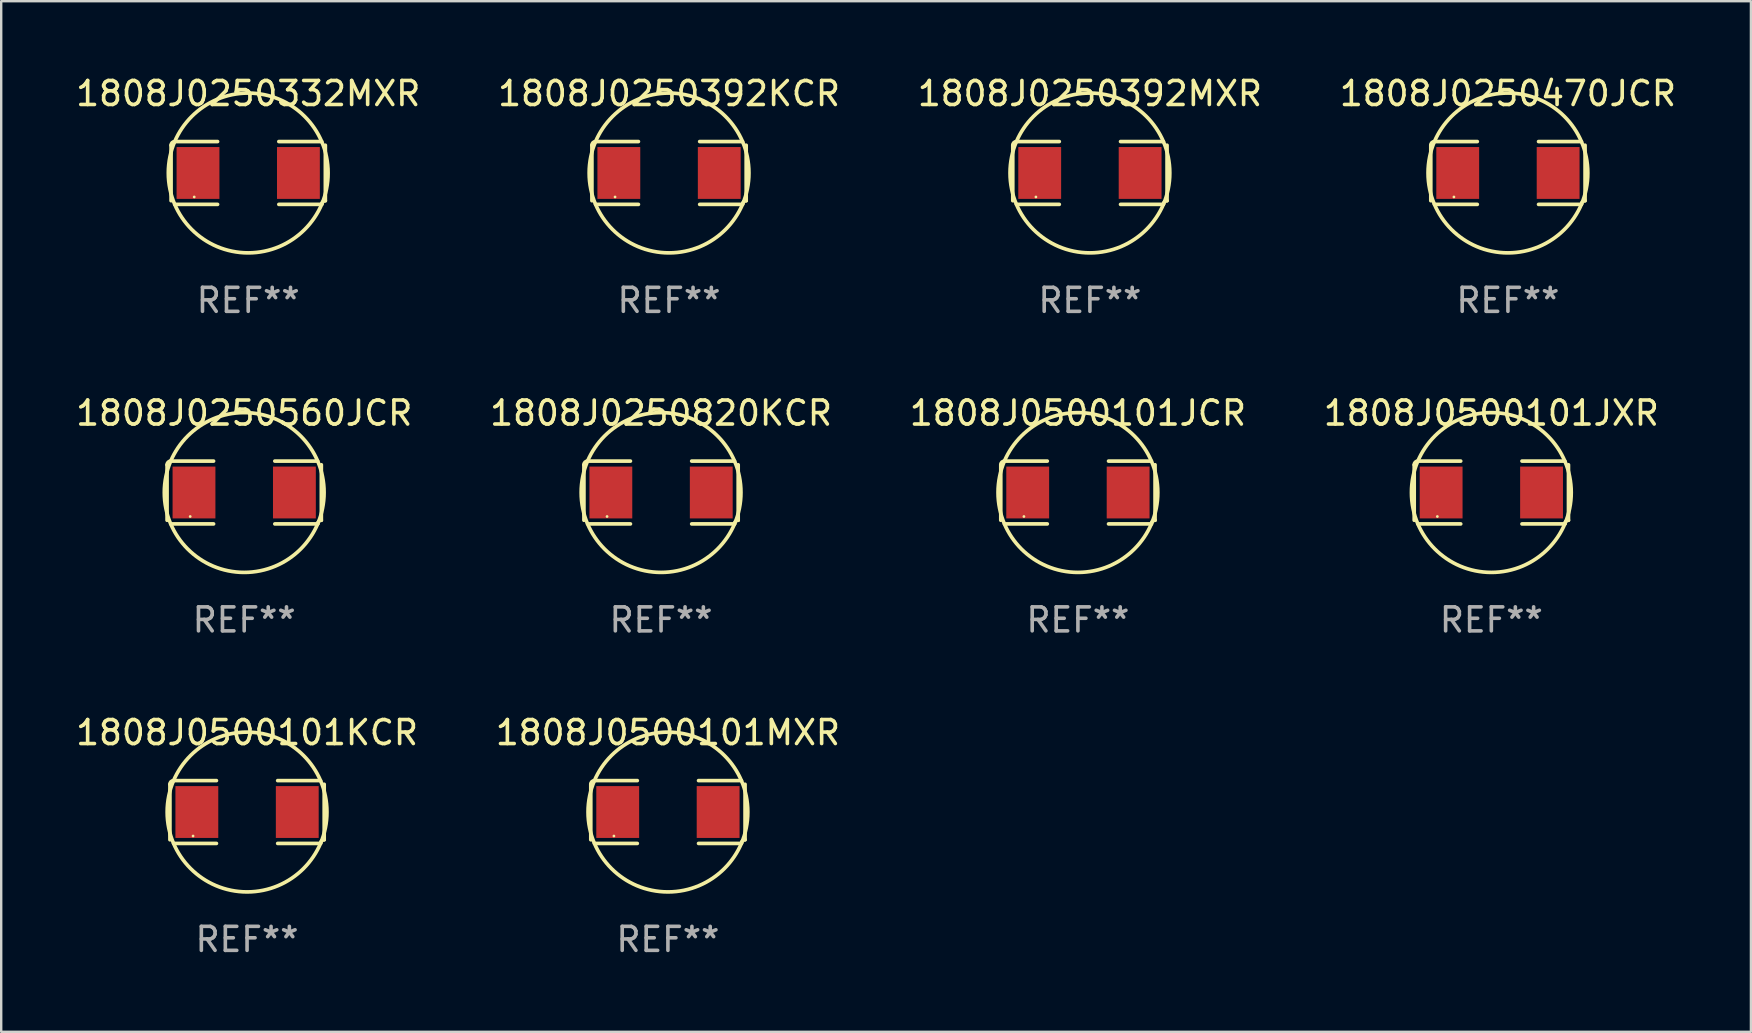
<source format=kicad_pcb>
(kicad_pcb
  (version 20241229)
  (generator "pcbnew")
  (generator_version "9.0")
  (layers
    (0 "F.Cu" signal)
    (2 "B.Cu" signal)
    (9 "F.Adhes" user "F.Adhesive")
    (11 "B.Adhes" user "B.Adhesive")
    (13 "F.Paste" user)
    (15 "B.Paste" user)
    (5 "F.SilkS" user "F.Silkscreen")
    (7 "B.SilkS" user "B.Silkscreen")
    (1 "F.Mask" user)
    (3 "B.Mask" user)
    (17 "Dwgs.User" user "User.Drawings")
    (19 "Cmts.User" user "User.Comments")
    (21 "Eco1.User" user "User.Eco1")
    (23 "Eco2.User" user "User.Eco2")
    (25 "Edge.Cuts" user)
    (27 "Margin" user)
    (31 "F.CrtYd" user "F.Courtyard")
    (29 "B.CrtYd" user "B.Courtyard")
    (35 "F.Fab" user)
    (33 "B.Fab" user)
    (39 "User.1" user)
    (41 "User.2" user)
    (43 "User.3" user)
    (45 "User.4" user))
  (footprint "1808J0250560JCR"
    (layer "F.Cu")
    (at 7.125 17.471)
    (property "Reference" "1808J0250560JCR" (at 0 -3.309 0) (layer "F.SilkS") (effects (font (size 1 1) (thickness 0.15))))
    (attr through_hole)
    (fp_line (start -3.214 -1.156) (end -3.214 1.156) (stroke (width 0.152) (type solid)) (layer "F.SilkS"))
    (fp_line (start -3.061 1.309) (end -1.276 1.309) (stroke (width 0.152) (type solid)) (layer "F.SilkS"))
    (fp_line (start -1.276 -1.309) (end -3.061 -1.309) (stroke (width 0.152) (type solid)) (layer "F.SilkS"))
    (fp_line (start 1.276 -1.309) (end 3.061 -1.309) (stroke (width 0.152) (type solid)) (layer "F.SilkS"))
    (fp_line (start 3.061 1.309) (end 1.276 1.309) (stroke (width 0.152) (type solid)) (layer "F.SilkS"))
    (fp_line (start 3.214 -1.156) (end 3.214 1.156) (stroke (width 0.152) (type solid)) (layer "F.SilkS"))
    (fp_arc (start -3.21359 -1.15621) (mid -3.168953 -1.263974) (end -3.061189 -1.308611) (stroke (width 0.1524) (type solid)) (layer "F.SilkS"))
    (fp_arc (start 3.061188 1.308611) (mid 3.105825 1.200847) (end 3.213589 1.15621) (stroke (width 0.1524) (type solid)) (layer "F.SilkS"))
    (fp_arc (start 3.061189 -1.308611) (mid -3.061167 1.308589) (end 3.061189 -1.308611) (stroke (width 0.1524) (type solid)) (layer "F.SilkS"))
    (fp_circle (center -2.25 1) (end -2.22 1) (stroke (width 0.06) (type solid)) (fill no) (layer "F.SilkS"))
    (fp_text user "REF**" (at 0 5.309 0) (layer "F.Fab") (effects (font (size 1 1) (thickness 0.15))))
    (pad "1" smd rect (at -2.092 0) (size 1.785 2.16) (layers "F.Cu" "F.Mask" "F.Paste"))
    (pad "2" smd rect (at 2.092 0) (size 1.785 2.16) (layers "F.Cu" "F.Mask" "F.Paste")))
  (footprint "1808J0250332MXR"
    (layer "F.Cu")
    (at 7.292 4.157)
    (property "Reference" "1808J0250332MXR" (at 0 -3.309 0) (layer "F.SilkS") (effects (font (size 1 1) (thickness 0.15))))
    (attr through_hole)
    (fp_line (start -3.214 -1.156) (end -3.214 1.156) (stroke (width 0.152) (type solid)) (layer "F.SilkS"))
    (fp_line (start -3.061 1.309) (end -1.276 1.309) (stroke (width 0.152) (type solid)) (layer "F.SilkS"))
    (fp_line (start -1.276 -1.309) (end -3.061 -1.309) (stroke (width 0.152) (type solid)) (layer "F.SilkS"))
    (fp_line (start 1.276 -1.309) (end 3.061 -1.309) (stroke (width 0.152) (type solid)) (layer "F.SilkS"))
    (fp_line (start 3.061 1.309) (end 1.276 1.309) (stroke (width 0.152) (type solid)) (layer "F.SilkS"))
    (fp_line (start 3.214 -1.156) (end 3.214 1.156) (stroke (width 0.152) (type solid)) (layer "F.SilkS"))
    (fp_arc (start -3.21359 -1.15621) (mid -3.168953 -1.263974) (end -3.061189 -1.308611) (stroke (width 0.1524) (type solid)) (layer "F.SilkS"))
    (fp_arc (start 3.061188 1.308611) (mid 3.105825 1.200847) (end 3.213589 1.15621) (stroke (width 0.1524) (type solid)) (layer "F.SilkS"))
    (fp_arc (start 3.061189 -1.308611) (mid -3.061167 1.308589) (end 3.061189 -1.308611) (stroke (width 0.1524) (type solid)) (layer "F.SilkS"))
    (fp_circle (center -2.25 1) (end -2.22 1) (stroke (width 0.06) (type solid)) (fill no) (layer "F.SilkS"))
    (fp_text user "REF**" (at 0 5.309 0) (layer "F.Fab") (effects (font (size 1 1) (thickness 0.15))))
    (pad "1" smd rect (at -2.092 0) (size 1.785 2.16) (layers "F.Cu" "F.Mask" "F.Paste"))
    (pad "2" smd rect (at 2.092 0) (size 1.785 2.16) (layers "F.Cu" "F.Mask" "F.Paste")))
  (footprint "1808J0250470JCR"
    (layer "F.Cu")
    (at 59.78 4.157)
    (property "Reference" "1808J0250470JCR" (at 0 -3.309 0) (layer "F.SilkS") (effects (font (size 1 1) (thickness 0.15))))
    (attr through_hole)
    (fp_line (start -3.214 -1.156) (end -3.214 1.156) (stroke (width 0.152) (type solid)) (layer "F.SilkS"))
    (fp_line (start -3.061 1.309) (end -1.276 1.309) (stroke (width 0.152) (type solid)) (layer "F.SilkS"))
    (fp_line (start -1.276 -1.309) (end -3.061 -1.309) (stroke (width 0.152) (type solid)) (layer "F.SilkS"))
    (fp_line (start 1.276 -1.309) (end 3.061 -1.309) (stroke (width 0.152) (type solid)) (layer "F.SilkS"))
    (fp_line (start 3.061 1.309) (end 1.276 1.309) (stroke (width 0.152) (type solid)) (layer "F.SilkS"))
    (fp_line (start 3.214 -1.156) (end 3.214 1.156) (stroke (width 0.152) (type solid)) (layer "F.SilkS"))
    (fp_arc (start -3.21359 -1.15621) (mid -3.168953 -1.263974) (end -3.061189 -1.308611) (stroke (width 0.1524) (type solid)) (layer "F.SilkS"))
    (fp_arc (start 3.061188 1.308611) (mid 3.105825 1.200847) (end 3.213589 1.15621) (stroke (width 0.1524) (type solid)) (layer "F.SilkS"))
    (fp_arc (start 3.061189 -1.308611) (mid -3.061167 1.308589) (end 3.061189 -1.308611) (stroke (width 0.1524) (type solid)) (layer "F.SilkS"))
    (fp_circle (center -2.25 1) (end -2.22 1) (stroke (width 0.06) (type solid)) (fill no) (layer "F.SilkS"))
    (fp_text user "REF**" (at 0 5.309 0) (layer "F.Fab") (effects (font (size 1 1) (thickness 0.15))))
    (pad "1" smd rect (at -2.092 0) (size 1.785 2.16) (layers "F.Cu" "F.Mask" "F.Paste"))
    (pad "2" smd rect (at 2.092 0) (size 1.785 2.16) (layers "F.Cu" "F.Mask" "F.Paste")))
  (footprint "1808J0250820KCR"
    (layer "F.Cu")
    (at 24.494 17.471)
    (property "Reference" "1808J0250820KCR" (at 0 -3.309 0) (layer "F.SilkS") (effects (font (size 1 1) (thickness 0.15))))
    (attr through_hole)
    (fp_line (start -3.214 -1.156) (end -3.214 1.156) (stroke (width 0.152) (type solid)) (layer "F.SilkS"))
    (fp_line (start -3.061 1.309) (end -1.276 1.309) (stroke (width 0.152) (type solid)) (layer "F.SilkS"))
    (fp_line (start -1.276 -1.309) (end -3.061 -1.309) (stroke (width 0.152) (type solid)) (layer "F.SilkS"))
    (fp_line (start 1.276 -1.309) (end 3.061 -1.309) (stroke (width 0.152) (type solid)) (layer "F.SilkS"))
    (fp_line (start 3.061 1.309) (end 1.276 1.309) (stroke (width 0.152) (type solid)) (layer "F.SilkS"))
    (fp_line (start 3.214 -1.156) (end 3.214 1.156) (stroke (width 0.152) (type solid)) (layer "F.SilkS"))
    (fp_arc (start -3.21359 -1.15621) (mid -3.168953 -1.263974) (end -3.061189 -1.308611) (stroke (width 0.1524) (type solid)) (layer "F.SilkS"))
    (fp_arc (start 3.061188 1.308611) (mid 3.105825 1.200847) (end 3.213589 1.15621) (stroke (width 0.1524) (type solid)) (layer "F.SilkS"))
    (fp_arc (start 3.061189 -1.308611) (mid -3.061167 1.308589) (end 3.061189 -1.308611) (stroke (width 0.1524) (type solid)) (layer "F.SilkS"))
    (fp_circle (center -2.25 1) (end -2.22 1) (stroke (width 0.06) (type solid)) (fill no) (layer "F.SilkS"))
    (fp_text user "REF**" (at 0 5.309 0) (layer "F.Fab") (effects (font (size 1 1) (thickness 0.15))))
    (pad "1" smd rect (at -2.092 0) (size 1.785 2.16) (layers "F.Cu" "F.Mask" "F.Paste"))
    (pad "2" smd rect (at 2.092 0) (size 1.785 2.16) (layers "F.Cu" "F.Mask" "F.Paste")))
  (footprint "1808J0250392KCR"
    (layer "F.Cu")
    (at 24.827 4.157)
    (property "Reference" "1808J0250392KCR" (at 0 -3.309 0) (layer "F.SilkS") (effects (font (size 1 1) (thickness 0.15))))
    (attr through_hole)
    (fp_line (start -3.214 -1.156) (end -3.214 1.156) (stroke (width 0.152) (type solid)) (layer "F.SilkS"))
    (fp_line (start -3.061 1.309) (end -1.276 1.309) (stroke (width 0.152) (type solid)) (layer "F.SilkS"))
    (fp_line (start -1.276 -1.309) (end -3.061 -1.309) (stroke (width 0.152) (type solid)) (layer "F.SilkS"))
    (fp_line (start 1.276 -1.309) (end 3.061 -1.309) (stroke (width 0.152) (type solid)) (layer "F.SilkS"))
    (fp_line (start 3.061 1.309) (end 1.276 1.309) (stroke (width 0.152) (type solid)) (layer "F.SilkS"))
    (fp_line (start 3.214 -1.156) (end 3.214 1.156) (stroke (width 0.152) (type solid)) (layer "F.SilkS"))
    (fp_arc (start -3.21359 -1.15621) (mid -3.168953 -1.263974) (end -3.061189 -1.308611) (stroke (width 0.1524) (type solid)) (layer "F.SilkS"))
    (fp_arc (start 3.061188 1.308611) (mid 3.105825 1.200847) (end 3.213589 1.15621) (stroke (width 0.1524) (type solid)) (layer "F.SilkS"))
    (fp_arc (start 3.061189 -1.308611) (mid -3.061167 1.308589) (end 3.061189 -1.308611) (stroke (width 0.1524) (type solid)) (layer "F.SilkS"))
    (fp_circle (center -2.25 1) (end -2.22 1) (stroke (width 0.06) (type solid)) (fill no) (layer "F.SilkS"))
    (fp_text user "REF**" (at 0 5.309 0) (layer "F.Fab") (effects (font (size 1 1) (thickness 0.15))))
    (pad "1" smd rect (at -2.092 0) (size 1.785 2.16) (layers "F.Cu" "F.Mask" "F.Paste"))
    (pad "2" smd rect (at 2.092 0) (size 1.785 2.16) (layers "F.Cu" "F.Mask" "F.Paste")))
  (footprint "1808J0250392MXR"
    (layer "F.Cu")
    (at 42.363 4.157)
    (property "Reference" "1808J0250392MXR" (at 0 -3.309 0) (layer "F.SilkS") (effects (font (size 1 1) (thickness 0.15))))
    (attr through_hole)
    (fp_line (start -3.214 -1.156) (end -3.214 1.156) (stroke (width 0.152) (type solid)) (layer "F.SilkS"))
    (fp_line (start -3.061 1.309) (end -1.276 1.309) (stroke (width 0.152) (type solid)) (layer "F.SilkS"))
    (fp_line (start -1.276 -1.309) (end -3.061 -1.309) (stroke (width 0.152) (type solid)) (layer "F.SilkS"))
    (fp_line (start 1.276 -1.309) (end 3.061 -1.309) (stroke (width 0.152) (type solid)) (layer "F.SilkS"))
    (fp_line (start 3.061 1.309) (end 1.276 1.309) (stroke (width 0.152) (type solid)) (layer "F.SilkS"))
    (fp_line (start 3.214 -1.156) (end 3.214 1.156) (stroke (width 0.152) (type solid)) (layer "F.SilkS"))
    (fp_arc (start -3.21359 -1.15621) (mid -3.168953 -1.263974) (end -3.061189 -1.308611) (stroke (width 0.1524) (type solid)) (layer "F.SilkS"))
    (fp_arc (start 3.061188 1.308611) (mid 3.105825 1.200847) (end 3.213589 1.15621) (stroke (width 0.1524) (type solid)) (layer "F.SilkS"))
    (fp_arc (start 3.061189 -1.308611) (mid -3.061167 1.308589) (end 3.061189 -1.308611) (stroke (width 0.1524) (type solid)) (layer "F.SilkS"))
    (fp_circle (center -2.25 1) (end -2.22 1) (stroke (width 0.06) (type solid)) (fill no) (layer "F.SilkS"))
    (fp_text user "REF**" (at 0 5.309 0) (layer "F.Fab") (effects (font (size 1 1) (thickness 0.15))))
    (pad "1" smd rect (at -2.092 0) (size 1.785 2.16) (layers "F.Cu" "F.Mask" "F.Paste"))
    (pad "2" smd rect (at 2.092 0) (size 1.785 2.16) (layers "F.Cu" "F.Mask" "F.Paste")))
  (footprint "1808J0500101JCR"
    (layer "F.Cu")
    (at 41.863 17.471)
    (property "Reference" "1808J0500101JCR" (at 0 -3.309 0) (layer "F.SilkS") (effects (font (size 1 1) (thickness 0.15))))
    (attr through_hole)
    (fp_line (start -3.214 -1.156) (end -3.214 1.156) (stroke (width 0.152) (type solid)) (layer "F.SilkS"))
    (fp_line (start -3.061 1.309) (end -1.276 1.309) (stroke (width 0.152) (type solid)) (layer "F.SilkS"))
    (fp_line (start -1.276 -1.309) (end -3.061 -1.309) (stroke (width 0.152) (type solid)) (layer "F.SilkS"))
    (fp_line (start 1.276 -1.309) (end 3.061 -1.309) (stroke (width 0.152) (type solid)) (layer "F.SilkS"))
    (fp_line (start 3.061 1.309) (end 1.276 1.309) (stroke (width 0.152) (type solid)) (layer "F.SilkS"))
    (fp_line (start 3.214 -1.156) (end 3.214 1.156) (stroke (width 0.152) (type solid)) (layer "F.SilkS"))
    (fp_arc (start -3.21359 -1.15621) (mid -3.168953 -1.263974) (end -3.061189 -1.308611) (stroke (width 0.1524) (type solid)) (layer "F.SilkS"))
    (fp_arc (start 3.061188 1.308611) (mid 3.105825 1.200847) (end 3.213589 1.15621) (stroke (width 0.1524) (type solid)) (layer "F.SilkS"))
    (fp_arc (start 3.061189 -1.308611) (mid -3.061167 1.308589) (end 3.061189 -1.308611) (stroke (width 0.1524) (type solid)) (layer "F.SilkS"))
    (fp_circle (center -2.25 1) (end -2.22 1) (stroke (width 0.06) (type solid)) (fill no) (layer "F.SilkS"))
    (fp_text user "REF**" (at 0 5.309 0) (layer "F.Fab") (effects (font (size 1 1) (thickness 0.15))))
    (pad "1" smd rect (at -2.092 0) (size 1.785 2.16) (layers "F.Cu" "F.Mask" "F.Paste"))
    (pad "2" smd rect (at 2.092 0) (size 1.785 2.16) (layers "F.Cu" "F.Mask" "F.Paste")))
  (footprint "1808J0500101MXR"
    (layer "F.Cu")
    (at 24.78 30.784)
    (property "Reference" "1808J0500101MXR" (at 0 -3.309 0) (layer "F.SilkS") (effects (font (size 1 1) (thickness 0.15))))
    (attr through_hole)
    (fp_line (start -3.214 -1.156) (end -3.214 1.156) (stroke (width 0.152) (type solid)) (layer "F.SilkS"))
    (fp_line (start -3.061 1.309) (end -1.276 1.309) (stroke (width 0.152) (type solid)) (layer "F.SilkS"))
    (fp_line (start -1.276 -1.309) (end -3.061 -1.309) (stroke (width 0.152) (type solid)) (layer "F.SilkS"))
    (fp_line (start 1.276 -1.309) (end 3.061 -1.309) (stroke (width 0.152) (type solid)) (layer "F.SilkS"))
    (fp_line (start 3.061 1.309) (end 1.276 1.309) (stroke (width 0.152) (type solid)) (layer "F.SilkS"))
    (fp_line (start 3.214 -1.156) (end 3.214 1.156) (stroke (width 0.152) (type solid)) (layer "F.SilkS"))
    (fp_arc (start -3.21359 -1.15621) (mid -3.168953 -1.263974) (end -3.061189 -1.308611) (stroke (width 0.1524) (type solid)) (layer "F.SilkS"))
    (fp_arc (start 3.061188 1.308611) (mid 3.105825 1.200847) (end 3.213589 1.15621) (stroke (width 0.1524) (type solid)) (layer "F.SilkS"))
    (fp_arc (start 3.061189 -1.308611) (mid -3.061167 1.308589) (end 3.061189 -1.308611) (stroke (width 0.1524) (type solid)) (layer "F.SilkS"))
    (fp_circle (center -2.25 1) (end -2.22 1) (stroke (width 0.06) (type solid)) (fill no) (layer "F.SilkS"))
    (fp_text user "REF**" (at 0 5.309 0) (layer "F.Fab") (effects (font (size 1 1) (thickness 0.15))))
    (pad "1" smd rect (at -2.092 0) (size 1.785 2.16) (layers "F.Cu" "F.Mask" "F.Paste"))
    (pad "2" smd rect (at 2.092 0) (size 1.785 2.16) (layers "F.Cu" "F.Mask" "F.Paste")))
  (footprint "1808J0500101KCR"
    (layer "F.Cu")
    (at 7.244 30.784)
    (property "Reference" "1808J0500101KCR" (at 0 -3.309 0) (layer "F.SilkS") (effects (font (size 1 1) (thickness 0.15))))
    (attr through_hole)
    (fp_line (start -3.214 -1.156) (end -3.214 1.156) (stroke (width 0.152) (type solid)) (layer "F.SilkS"))
    (fp_line (start -3.061 1.309) (end -1.276 1.309) (stroke (width 0.152) (type solid)) (layer "F.SilkS"))
    (fp_line (start -1.276 -1.309) (end -3.061 -1.309) (stroke (width 0.152) (type solid)) (layer "F.SilkS"))
    (fp_line (start 1.276 -1.309) (end 3.061 -1.309) (stroke (width 0.152) (type solid)) (layer "F.SilkS"))
    (fp_line (start 3.061 1.309) (end 1.276 1.309) (stroke (width 0.152) (type solid)) (layer "F.SilkS"))
    (fp_line (start 3.214 -1.156) (end 3.214 1.156) (stroke (width 0.152) (type solid)) (layer "F.SilkS"))
    (fp_arc (start -3.21359 -1.15621) (mid -3.168953 -1.263974) (end -3.061189 -1.308611) (stroke (width 0.1524) (type solid)) (layer "F.SilkS"))
    (fp_arc (start 3.061188 1.308611) (mid 3.105825 1.200847) (end 3.213589 1.15621) (stroke (width 0.1524) (type solid)) (layer "F.SilkS"))
    (fp_arc (start 3.061189 -1.308611) (mid -3.061167 1.308589) (end 3.061189 -1.308611) (stroke (width 0.1524) (type solid)) (layer "F.SilkS"))
    (fp_circle (center -2.25 1) (end -2.22 1) (stroke (width 0.06) (type solid)) (fill no) (layer "F.SilkS"))
    (fp_text user "REF**" (at 0 5.309 0) (layer "F.Fab") (effects (font (size 1 1) (thickness 0.15))))
    (pad "1" smd rect (at -2.092 0) (size 1.785 2.16) (layers "F.Cu" "F.Mask" "F.Paste"))
    (pad "2" smd rect (at 2.092 0) (size 1.785 2.16) (layers "F.Cu" "F.Mask" "F.Paste")))
  (footprint "1808J0500101JXR"
    (layer "F.Cu")
    (at 59.089 17.471)
    (property "Reference" "1808J0500101JXR" (at 0 -3.309 0) (layer "F.SilkS") (effects (font (size 1 1) (thickness 0.15))))
    (attr through_hole)
    (fp_line (start -3.214 -1.156) (end -3.214 1.156) (stroke (width 0.152) (type solid)) (layer "F.SilkS"))
    (fp_line (start -3.061 1.309) (end -1.276 1.309) (stroke (width 0.152) (type solid)) (layer "F.SilkS"))
    (fp_line (start -1.276 -1.309) (end -3.061 -1.309) (stroke (width 0.152) (type solid)) (layer "F.SilkS"))
    (fp_line (start 1.276 -1.309) (end 3.061 -1.309) (stroke (width 0.152) (type solid)) (layer "F.SilkS"))
    (fp_line (start 3.061 1.309) (end 1.276 1.309) (stroke (width 0.152) (type solid)) (layer "F.SilkS"))
    (fp_line (start 3.214 -1.156) (end 3.214 1.156) (stroke (width 0.152) (type solid)) (layer "F.SilkS"))
    (fp_arc (start -3.21359 -1.15621) (mid -3.168953 -1.263974) (end -3.061189 -1.308611) (stroke (width 0.1524) (type solid)) (layer "F.SilkS"))
    (fp_arc (start 3.061188 1.308611) (mid 3.105825 1.200847) (end 3.213589 1.15621) (stroke (width 0.1524) (type solid)) (layer "F.SilkS"))
    (fp_arc (start 3.061189 -1.308611) (mid -3.061167 1.308589) (end 3.061189 -1.308611) (stroke (width 0.1524) (type solid)) (layer "F.SilkS"))
    (fp_circle (center -2.25 1) (end -2.22 1) (stroke (width 0.06) (type solid)) (fill no) (layer "F.SilkS"))
    (fp_text user "REF**" (at 0 5.309 0) (layer "F.Fab") (effects (font (size 1 1) (thickness 0.15))))
    (pad "1" smd rect (at -2.092 0) (size 1.785 2.16) (layers "F.Cu" "F.Mask" "F.Paste"))
    (pad "2" smd rect (at 2.092 0) (size 1.785 2.16) (layers "F.Cu" "F.Mask" "F.Paste")))
  (gr_rect
    (start -3 -3)
    (end 69.905 39.941)
    (stroke (width 0.1) (type default))
    (fill no)
    (layer "Edge.Cuts")))
</source>
